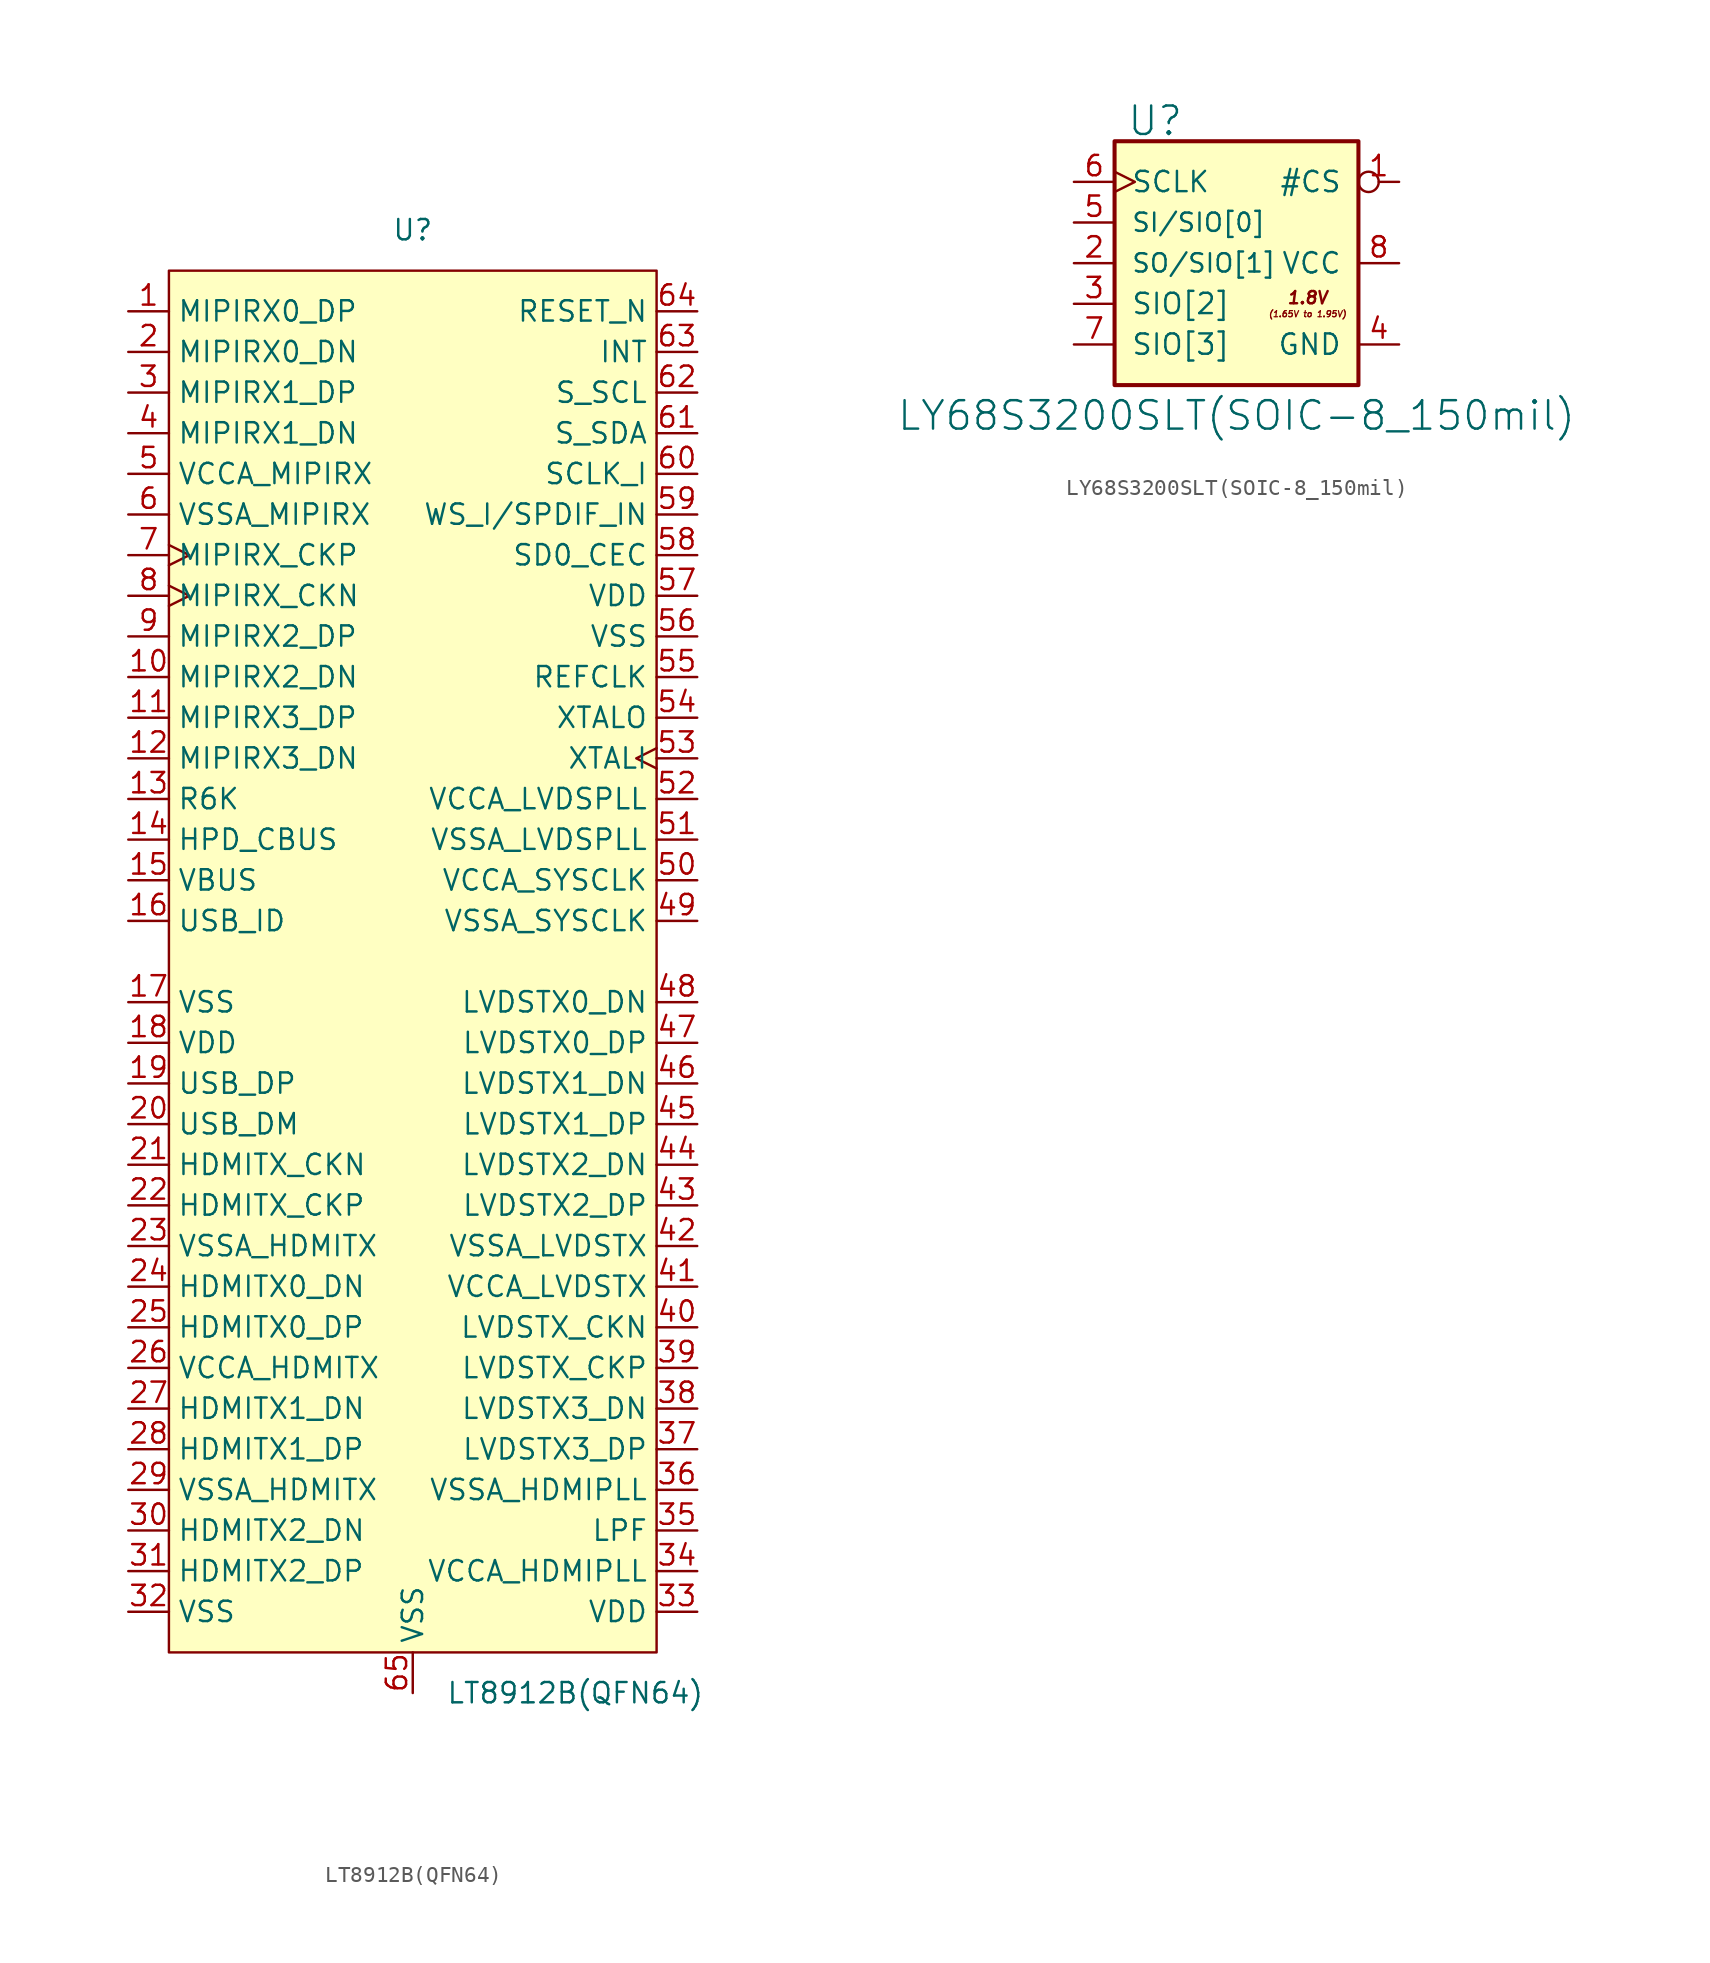
<source format=kicad_sym>
(kicad_symbol_lib
  (version 20220914)
  (generator kicad_symbol_editor)
  (symbol "LT8912B(QFN64)"
    (property "Reference" "U"
      (at 0 45.72 0)
      (effects (font (size 1.27 1.27))))
    (property "Value" "LT8912B(QFN64)"
      (at 10.16 -45.72 0)
      (effects (font (size 1.27 1.27))))
    (symbol "LT8912B(QFN64)_1_1"
      (rectangle (start -15.24 43.18) (end 15.24 -43.18) (stroke (width 0) (type default)) (fill (type background)))
      (pin input line (at -17.78 40.64 0) (length 2.54) (name "MIPIRX0_DP" (effects (font (size 1.27 1.27)))) (number "1" (effects (font (size 1.27 1.27)))))
      (pin input line (at -17.78 17.78 0) (length 2.54) (name "MIPIRX2_DN" (effects (font (size 1.27 1.27)))) (number "10" (effects (font (size 1.27 1.27)))))
      (pin input line (at -17.78 15.24 0) (length 2.54) (name "MIPIRX3_DP" (effects (font (size 1.27 1.27)))) (number "11" (effects (font (size 1.27 1.27)))))
      (pin input line (at -17.78 12.7 0) (length 2.54) (name "MIPIRX3_DN" (effects (font (size 1.27 1.27)))) (number "12" (effects (font (size 1.27 1.27)))))
      (pin passive line (at -17.78 10.16 0) (length 2.54) (name "R6K" (effects (font (size 1.27 1.27)))) (number "13" (effects (font (size 1.27 1.27)))))
      (pin bidirectional line (at -17.78 7.62 0) (length 2.54) (name "HPD_CBUS" (effects (font (size 1.27 1.27)))) (number "14" (effects (font (size 1.27 1.27)))))
      (pin power_in line (at -17.78 5.08 0) (length 2.54) (name "VBUS" (effects (font (size 1.27 1.27)))) (number "15" (effects (font (size 1.27 1.27)))))
      (pin input line (at -17.78 2.54 0) (length 2.54) (name "USB_ID" (effects (font (size 1.27 1.27)))) (number "16" (effects (font (size 1.27 1.27)))))
      (pin power_in line (at -17.78 -2.54 0) (length 2.54) (name "VSS" (effects (font (size 1.27 1.27)))) (number "17" (effects (font (size 1.27 1.27)))))
      (pin power_in line (at -17.78 -5.08 0) (length 2.54) (name "VDD" (effects (font (size 1.27 1.27)))) (number "18" (effects (font (size 1.27 1.27)))))
      (pin input line (at -17.78 -7.62 0) (length 2.54) (name "USB_DP" (effects (font (size 1.27 1.27)))) (number "19" (effects (font (size 1.27 1.27)))))
      (pin input line (at -17.78 38.1 0) (length 2.54) (name "MIPIRX0_DN" (effects (font (size 1.27 1.27)))) (number "2" (effects (font (size 1.27 1.27)))))
      (pin input line (at -17.78 -10.16 0) (length 2.54) (name "USB_DM" (effects (font (size 1.27 1.27)))) (number "20" (effects (font (size 1.27 1.27)))))
      (pin output line (at -17.78 -12.7 0) (length 2.54) (name "HDMITX_CKN" (effects (font (size 1.27 1.27)))) (number "21" (effects (font (size 1.27 1.27)))))
      (pin output line (at -17.78 -15.24 0) (length 2.54) (name "HDMITX_CKP" (effects (font (size 1.27 1.27)))) (number "22" (effects (font (size 1.27 1.27)))))
      (pin power_in line (at -17.78 -17.78 0) (length 2.54) (name "VSSA_HDMITX" (effects (font (size 1.27 1.27)))) (number "23" (effects (font (size 1.27 1.27)))))
      (pin output line (at -17.78 -20.32 0) (length 2.54) (name "HDMITX0_DN" (effects (font (size 1.27 1.27)))) (number "24" (effects (font (size 1.27 1.27)))))
      (pin output line (at -17.78 -22.86 0) (length 2.54) (name "HDMITX0_DP" (effects (font (size 1.27 1.27)))) (number "25" (effects (font (size 1.27 1.27)))))
      (pin power_in line (at -17.78 -25.4 0) (length 2.54) (name "VCCA_HDMITX" (effects (font (size 1.27 1.27)))) (number "26" (effects (font (size 1.27 1.27)))))
      (pin output line (at -17.78 -27.94 0) (length 2.54) (name "HDMITX1_DN" (effects (font (size 1.27 1.27)))) (number "27" (effects (font (size 1.27 1.27)))))
      (pin output line (at -17.78 -30.48 0) (length 2.54) (name "HDMITX1_DP" (effects (font (size 1.27 1.27)))) (number "28" (effects (font (size 1.27 1.27)))))
      (pin power_in line (at -17.78 -33.02 0) (length 2.54) (name "VSSA_HDMITX" (effects (font (size 1.27 1.27)))) (number "29" (effects (font (size 1.27 1.27)))))
      (pin input line (at -17.78 35.56 0) (length 2.54) (name "MIPIRX1_DP" (effects (font (size 1.27 1.27)))) (number "3" (effects (font (size 1.27 1.27)))))
      (pin output line (at -17.78 -35.56 0) (length 2.54) (name "HDMITX2_DN" (effects (font (size 1.27 1.27)))) (number "30" (effects (font (size 1.27 1.27)))))
      (pin output line (at -17.78 -38.1 0) (length 2.54) (name "HDMITX2_DP" (effects (font (size 1.27 1.27)))) (number "31" (effects (font (size 1.27 1.27)))))
      (pin power_in line (at -17.78 -40.64 0) (length 2.54) (name "VSS" (effects (font (size 1.27 1.27)))) (number "32" (effects (font (size 1.27 1.27)))))
      (pin power_in line (at 17.78 -40.64 180) (length 2.54) (name "VDD" (effects (font (size 1.27 1.27)))) (number "33" (effects (font (size 1.27 1.27)))))
      (pin power_in line (at 17.78 -38.1 180) (length 2.54) (name "VCCA_HDMIPLL" (effects (font (size 1.27 1.27)))) (number "34" (effects (font (size 1.27 1.27)))))
      (pin passive line (at 17.78 -35.56 180) (length 2.54) (name "LPF" (effects (font (size 1.27 1.27)))) (number "35" (effects (font (size 1.27 1.27)))))
      (pin power_in line (at 17.78 -33.02 180) (length 2.54) (name "VSSA_HDMIPLL" (effects (font (size 1.27 1.27)))) (number "36" (effects (font (size 1.27 1.27)))))
      (pin output line (at 17.78 -30.48 180) (length 2.54) (name "LVDSTX3_DP" (effects (font (size 1.27 1.27)))) (number "37" (effects (font (size 1.27 1.27)))))
      (pin output line (at 17.78 -27.94 180) (length 2.54) (name "LVDSTX3_DN" (effects (font (size 1.27 1.27)))) (number "38" (effects (font (size 1.27 1.27)))))
      (pin output line (at 17.78 -25.4 180) (length 2.54) (name "LVDSTX_CKP" (effects (font (size 1.27 1.27)))) (number "39" (effects (font (size 1.27 1.27)))))
      (pin input line (at -17.78 33.02 0) (length 2.54) (name "MIPIRX1_DN" (effects (font (size 1.27 1.27)))) (number "4" (effects (font (size 1.27 1.27)))))
      (pin output line (at 17.78 -22.86 180) (length 2.54) (name "LVDSTX_CKN" (effects (font (size 1.27 1.27)))) (number "40" (effects (font (size 1.27 1.27)))))
      (pin power_in line (at 17.78 -20.32 180) (length 2.54) (name "VCCA_LVDSTX" (effects (font (size 1.27 1.27)))) (number "41" (effects (font (size 1.27 1.27)))))
      (pin power_in line (at 17.78 -17.78 180) (length 2.54) (name "VSSA_LVDSTX" (effects (font (size 1.27 1.27)))) (number "42" (effects (font (size 1.27 1.27)))))
      (pin output line (at 17.78 -15.24 180) (length 2.54) (name "LVDSTX2_DP" (effects (font (size 1.27 1.27)))) (number "43" (effects (font (size 1.27 1.27)))))
      (pin output line (at 17.78 -12.7 180) (length 2.54) (name "LVDSTX2_DN" (effects (font (size 1.27 1.27)))) (number "44" (effects (font (size 1.27 1.27)))))
      (pin output line (at 17.78 -10.16 180) (length 2.54) (name "LVDSTX1_DP" (effects (font (size 1.27 1.27)))) (number "45" (effects (font (size 1.27 1.27)))))
      (pin output line (at 17.78 -7.62 180) (length 2.54) (name "LVDSTX1_DN" (effects (font (size 1.27 1.27)))) (number "46" (effects (font (size 1.27 1.27)))))
      (pin output line (at 17.78 -5.08 180) (length 2.54) (name "LVDSTX0_DP" (effects (font (size 1.27 1.27)))) (number "47" (effects (font (size 1.27 1.27)))))
      (pin output line (at 17.78 -2.54 180) (length 2.54) (name "LVDSTX0_DN" (effects (font (size 1.27 1.27)))) (number "48" (effects (font (size 1.27 1.27)))))
      (pin power_in line (at 17.78 2.54 180) (length 2.54) (name "VSSA_SYSCLK" (effects (font (size 1.27 1.27)))) (number "49" (effects (font (size 1.27 1.27)))))
      (pin power_in line (at -17.78 30.48 0) (length 2.54) (name "VCCA_MIPIRX" (effects (font (size 1.27 1.27)))) (number "5" (effects (font (size 1.27 1.27)))))
      (pin power_in line (at 17.78 5.08 180) (length 2.54) (name "VCCA_SYSCLK" (effects (font (size 1.27 1.27)))) (number "50" (effects (font (size 1.27 1.27)))))
      (pin power_in line (at 17.78 7.62 180) (length 2.54) (name "VSSA_LVDSPLL" (effects (font (size 1.27 1.27)))) (number "51" (effects (font (size 1.27 1.27)))))
      (pin power_in line (at 17.78 10.16 180) (length 2.54) (name "VCCA_LVDSPLL" (effects (font (size 1.27 1.27)))) (number "52" (effects (font (size 1.27 1.27)))))
      (pin input clock (at 17.78 12.7 180) (length 2.54) (name "XTALI" (effects (font (size 1.27 1.27)))) (number "53" (effects (font (size 1.27 1.27)))))
      (pin output line (at 17.78 15.24 180) (length 2.54) (name "XTALO" (effects (font (size 1.27 1.27)))) (number "54" (effects (font (size 1.27 1.27)))))
      (pin bidirectional line (at 17.78 17.78 180) (length 2.54) (name "REFCLK" (effects (font (size 1.27 1.27)))) (number "55" (effects (font (size 1.27 1.27)))))
      (pin power_in line (at 17.78 20.32 180) (length 2.54) (name "VSS" (effects (font (size 1.27 1.27)))) (number "56" (effects (font (size 1.27 1.27)))))
      (pin power_in line (at 17.78 22.86 180) (length 2.54) (name "VDD" (effects (font (size 1.27 1.27)))) (number "57" (effects (font (size 1.27 1.27)))))
      (pin bidirectional line (at 17.78 25.4 180) (length 2.54) (name "SD0_CEC" (effects (font (size 1.27 1.27)))) (number "58" (effects (font (size 1.27 1.27)))))
      (pin bidirectional line (at 17.78 27.94 180) (length 2.54) (name "WS_I/SPDIF_IN" (effects (font (size 1.27 1.27)))) (number "59" (effects (font (size 1.27 1.27)))))
      (pin power_in line (at -17.78 27.94 0) (length 2.54) (name "VSSA_MIPIRX" (effects (font (size 1.27 1.27)))) (number "6" (effects (font (size 1.27 1.27)))))
      (pin bidirectional line (at 17.78 30.48 180) (length 2.54) (name "SCLK_I" (effects (font (size 1.27 1.27)))) (number "60" (effects (font (size 1.27 1.27)))))
      (pin bidirectional line (at 17.78 33.02 180) (length 2.54) (name "S_SDA" (effects (font (size 1.27 1.27)))) (number "61" (effects (font (size 1.27 1.27)))))
      (pin bidirectional line (at 17.78 35.56 180) (length 2.54) (name "S_SCL" (effects (font (size 1.27 1.27)))) (number "62" (effects (font (size 1.27 1.27)))))
      (pin bidirectional line (at 17.78 38.1 180) (length 2.54) (name "INT" (effects (font (size 1.27 1.27)))) (number "63" (effects (font (size 1.27 1.27)))))
      (pin input line (at 17.78 40.64 180) (length 2.54) (name "RESET_N" (effects (font (size 1.27 1.27)))) (number "64" (effects (font (size 1.27 1.27)))))
      (pin power_in line (at 0 -45.72 90) (length 2.54) (name "VSS" (effects (font (size 1.27 1.27)))) (number "65" (effects (font (size 1.27 1.27)))))
      (pin input clock (at -17.78 25.4 0) (length 2.54) (name "MIPIRX_CKP" (effects (font (size 1.27 1.27)))) (number "7" (effects (font (size 1.27 1.27)))))
      (pin input clock (at -17.78 22.86 0) (length 2.54) (name "MIPIRX_CKN" (effects (font (size 1.27 1.27)))) (number "8" (effects (font (size 1.27 1.27)))))
      (pin input line (at -17.78 20.32 0) (length 2.54) (name "MIPIRX2_DP" (effects (font (size 1.27 1.27)))) (number "9" (effects (font (size 1.27 1.27)))))))
  (symbol "LY68S3200SLT(SOIC-8_150mil)"
    (pin_names
      (offset 1.016))
    (property "Reference" "U"
      (at -5.08 8.89 0)
      (effects (font (size 1.778 1.778))))
    (property "Value" "LY68S3200SLT(SOIC-8_150mil)"
      (at 0 -9.525 0)
      (effects (font (size 1.778 1.778))))
    (property "Footprint" ""
      (at -2.54 1.27 0)
      (effects (font (size 2.54 2.54))))
    (property "Datasheet" ""
      (at -2.54 1.27 0)
      (effects (font (size 2.54 2.54))))
    (symbol "LY68S3200SLT(SOIC-8_150mil)_0_0"
      (text "(1.65V to 1.95V)" (at 4.445 -3.175 0) (effects (font (size 0.381 0.381) bold italic)))
      (text "1.8V" (at 4.445 -2.159 0) (effects (font (size 0.762 0.762) bold italic))))
    (symbol "LY68S3200SLT(SOIC-8_150mil)_0_1"
      (polyline (pts (xy 7.62 7.62) (xy 7.62 -7.62) (xy -7.62 -7.62) (xy -7.62 7.62) (xy 0 7.62) (xy 7.62 7.62)) (stroke (width 0.254) (type solid)) (fill (type background))))
    (symbol "LY68S3200SLT(SOIC-8_150mil)_1_1"
      (pin input inverted (at 10.16 5.08 180) (length 2.54) (name "#CS" (effects (font (size 1.27 1.27)))) (number "1" (effects (font (size 1.27 1.27)))))
      (pin bidirectional line (at -10.16 0 0) (length 2.54) (name "SO/SIO[1]" (effects (font (size 1.143 1.143)))) (number "2" (effects (font (size 1.27 1.27)))))
      (pin bidirectional line (at -10.16 -2.54 0) (length 2.54) (name "SIO[2]" (effects (font (size 1.27 1.27)))) (number "3" (effects (font (size 1.27 1.27)))))
      (pin power_in line (at 10.16 -5.08 180) (length 2.54) (name "GND" (effects (font (size 1.27 1.27)))) (number "4" (effects (font (size 1.27 1.27)))))
      (pin bidirectional line (at -10.16 2.54 0) (length 2.54) (name "SI/SIO[0]" (effects (font (size 1.143 1.143)))) (number "5" (effects (font (size 1.27 1.27)))))
      (pin input clock (at -10.16 5.08 0) (length 2.54) (name "SCLK" (effects (font (size 1.27 1.27)))) (number "6" (effects (font (size 1.27 1.27)))))
      (pin bidirectional line (at -10.16 -5.08 0) (length 2.54) (name "SIO[3]" (effects (font (size 1.27 1.27)))) (number "7" (effects (font (size 1.27 1.27)))))
      (pin power_in line (at 10.16 0 180) (length 2.54) (name "VCC" (effects (font (size 1.27 1.27)))) (number "8" (effects (font (size 1.27 1.27))))))))
</source>
